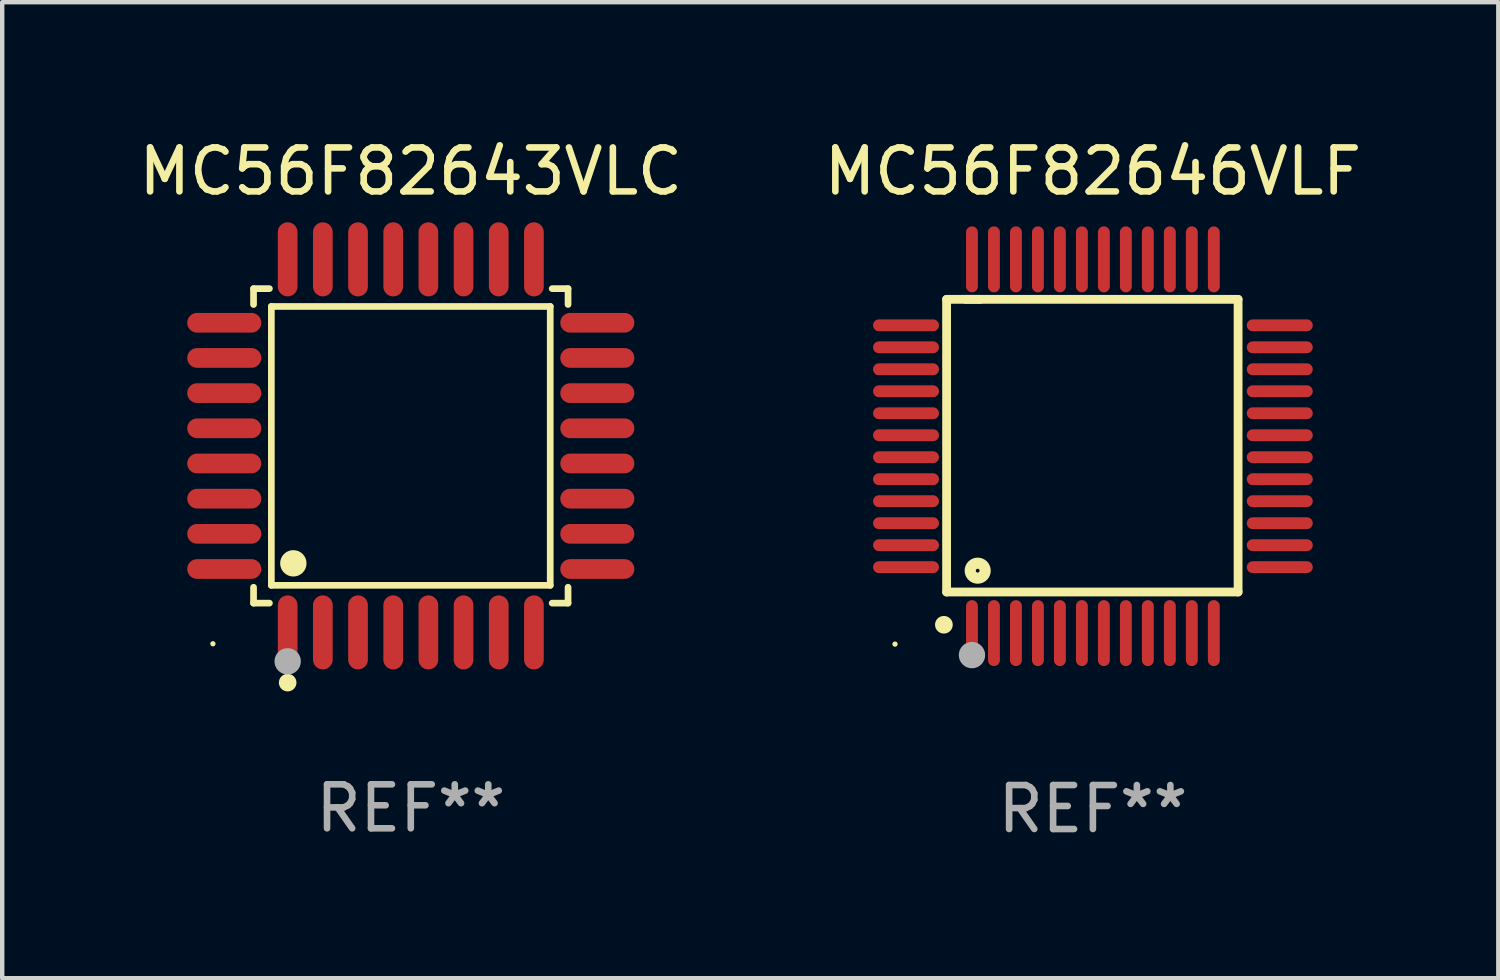
<source format=kicad_pcb>
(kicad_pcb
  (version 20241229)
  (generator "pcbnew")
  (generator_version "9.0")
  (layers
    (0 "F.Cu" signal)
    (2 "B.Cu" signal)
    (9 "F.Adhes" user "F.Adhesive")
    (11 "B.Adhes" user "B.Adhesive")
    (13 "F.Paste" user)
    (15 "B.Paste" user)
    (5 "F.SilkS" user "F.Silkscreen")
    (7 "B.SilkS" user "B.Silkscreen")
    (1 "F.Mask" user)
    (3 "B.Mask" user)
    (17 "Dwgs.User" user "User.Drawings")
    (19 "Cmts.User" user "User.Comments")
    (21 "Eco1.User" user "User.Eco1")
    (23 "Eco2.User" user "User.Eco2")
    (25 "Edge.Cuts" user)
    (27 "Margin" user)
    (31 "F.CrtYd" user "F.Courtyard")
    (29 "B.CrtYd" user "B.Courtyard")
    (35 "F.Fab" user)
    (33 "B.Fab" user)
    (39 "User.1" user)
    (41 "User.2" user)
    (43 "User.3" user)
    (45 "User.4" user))
  (footprint "MC56F82643VLC"
    (layer "F.Cu")
    (at 6.292 7.09)
    (property "Reference" "MC56F82643VLC" (at 0 -6.242 0) (layer "F.SilkS") (effects (font (size 1 1) (thickness 0.15))))
    (attr through_hole)
    (fp_line (start -3.576 -3.576) (end -3.215 -3.576) (stroke (width 0.152) (type solid)) (layer "F.SilkS"))
    (fp_line (start -3.576 -3.215) (end -3.576 -3.576) (stroke (width 0.152) (type solid)) (layer "F.SilkS"))
    (fp_line (start -3.576 3.215) (end -3.576 3.576) (stroke (width 0.152) (type solid)) (layer "F.SilkS"))
    (fp_line (start -3.576 3.576) (end -3.215 3.576) (stroke (width 0.152) (type solid)) (layer "F.SilkS"))
    (fp_line (start -3.171 -3.171) (end 3.171 -3.171) (stroke (width 0.152) (type solid)) (layer "F.SilkS"))
    (fp_line (start -3.171 3.171) (end -3.171 -3.171) (stroke (width 0.152) (type solid)) (layer "F.SilkS"))
    (fp_line (start 3.171 -3.171) (end 3.171 3.171) (stroke (width 0.152) (type solid)) (layer "F.SilkS"))
    (fp_line (start 3.171 3.171) (end -3.171 3.171) (stroke (width 0.152) (type solid)) (layer "F.SilkS"))
    (fp_line (start 3.576 -3.576) (end 3.215 -3.576) (stroke (width 0.152) (type solid)) (layer "F.SilkS"))
    (fp_line (start 3.576 -3.215) (end 3.576 -3.576) (stroke (width 0.152) (type solid)) (layer "F.SilkS"))
    (fp_line (start 3.576 3.215) (end 3.576 3.576) (stroke (width 0.152) (type solid)) (layer "F.SilkS"))
    (fp_line (start 3.576 3.576) (end 3.215 3.576) (stroke (width 0.152) (type solid)) (layer "F.SilkS"))
    (fp_circle (center -4.5 4.5) (end -4.47 4.5) (stroke (width 0.06) (type solid)) (fill no) (layer "F.SilkS"))
    (fp_circle (center -2.8 5.384) (end -2.7 5.384) (stroke (width 0.2) (type solid)) (fill no) (layer "F.SilkS"))
    (fp_circle (center -2.671 2.671) (end -2.521 2.671) (stroke (width 0.3) (type solid)) (fill no) (layer "F.SilkS"))
    (fp_circle (center -2.8 4.9) (end -2.65 4.9) (stroke (width 0.3) (type solid)) (fill no) (layer "F.Fab"))
    (fp_text user "REF**" (at 0 8.242 0) (layer "F.Fab") (effects (font (size 1 1) (thickness 0.15))))
    (pad "1" smd oval (at -2.8 4.242) (size 0.448 1.684) (layers "F.Cu" "F.Mask" "F.Paste"))
    (pad "2" smd oval (at -2 4.242) (size 0.448 1.684) (layers "F.Cu" "F.Mask" "F.Paste"))
    (pad "3" smd oval (at -1.2 4.242) (size 0.448 1.684) (layers "F.Cu" "F.Mask" "F.Paste"))
    (pad "4" smd oval (at -0.4 4.242) (size 0.448 1.684) (layers "F.Cu" "F.Mask" "F.Paste"))
    (pad "5" smd oval (at 0.4 4.242) (size 0.448 1.684) (layers "F.Cu" "F.Mask" "F.Paste"))
    (pad "6" smd oval (at 1.2 4.242) (size 0.448 1.684) (layers "F.Cu" "F.Mask" "F.Paste"))
    (pad "7" smd oval (at 2 4.242) (size 0.448 1.684) (layers "F.Cu" "F.Mask" "F.Paste"))
    (pad "8" smd oval (at 2.8 4.242) (size 0.448 1.684) (layers "F.Cu" "F.Mask" "F.Paste"))
    (pad "9" smd oval (at 4.242 2.8) (size 1.684 0.448) (layers "F.Cu" "F.Mask" "F.Paste"))
    (pad "10" smd oval (at 4.242 2) (size 1.684 0.448) (layers "F.Cu" "F.Mask" "F.Paste"))
    (pad "11" smd oval (at 4.242 1.2) (size 1.684 0.448) (layers "F.Cu" "F.Mask" "F.Paste"))
    (pad "12" smd oval (at 4.242 0.4) (size 1.684 0.448) (layers "F.Cu" "F.Mask" "F.Paste"))
    (pad "13" smd oval (at 4.242 -0.4) (size 1.684 0.448) (layers "F.Cu" "F.Mask" "F.Paste"))
    (pad "14" smd oval (at 4.242 -1.2) (size 1.684 0.448) (layers "F.Cu" "F.Mask" "F.Paste"))
    (pad "15" smd oval (at 4.242 -2) (size 1.684 0.448) (layers "F.Cu" "F.Mask" "F.Paste"))
    (pad "16" smd oval (at 4.242 -2.8) (size 1.684 0.448) (layers "F.Cu" "F.Mask" "F.Paste"))
    (pad "17" smd oval (at 2.8 -4.242) (size 0.448 1.684) (layers "F.Cu" "F.Mask" "F.Paste"))
    (pad "18" smd oval (at 2 -4.242) (size 0.448 1.684) (layers "F.Cu" "F.Mask" "F.Paste"))
    (pad "19" smd oval (at 1.2 -4.242) (size 0.448 1.684) (layers "F.Cu" "F.Mask" "F.Paste"))
    (pad "20" smd oval (at 0.4 -4.242) (size 0.448 1.684) (layers "F.Cu" "F.Mask" "F.Paste"))
    (pad "21" smd oval (at -0.4 -4.242) (size 0.448 1.684) (layers "F.Cu" "F.Mask" "F.Paste"))
    (pad "22" smd oval (at -1.2 -4.242) (size 0.448 1.684) (layers "F.Cu" "F.Mask" "F.Paste"))
    (pad "23" smd oval (at -2 -4.242) (size 0.448 1.684) (layers "F.Cu" "F.Mask" "F.Paste"))
    (pad "24" smd oval (at -2.8 -4.242) (size 0.448 1.684) (layers "F.Cu" "F.Mask" "F.Paste"))
    (pad "25" smd oval (at -4.242 -2.8) (size 1.684 0.448) (layers "F.Cu" "F.Mask" "F.Paste"))
    (pad "26" smd oval (at -4.242 -2) (size 1.684 0.448) (layers "F.Cu" "F.Mask" "F.Paste"))
    (pad "27" smd oval (at -4.242 -1.2) (size 1.684 0.448) (layers "F.Cu" "F.Mask" "F.Paste"))
    (pad "28" smd oval (at -4.242 -0.4) (size 1.684 0.448) (layers "F.Cu" "F.Mask" "F.Paste"))
    (pad "29" smd oval (at -4.242 0.4) (size 1.684 0.448) (layers "F.Cu" "F.Mask" "F.Paste"))
    (pad "30" smd oval (at -4.242 1.2) (size 1.684 0.448) (layers "F.Cu" "F.Mask" "F.Paste"))
    (pad "31" smd oval (at -4.242 2) (size 1.684 0.448) (layers "F.Cu" "F.Mask" "F.Paste"))
    (pad "32" smd oval (at -4.242 2.8) (size 1.684 0.448) (layers "F.Cu" "F.Mask" "F.Paste")))
  (footprint "MC56F82646VLF"
    (layer "F.Cu")
    (at 21.804 7.098)
    (property "Reference" "MC56F82646VLF" (at 0 -6.25 0) (layer "F.SilkS") (effects (font (size 1 1) (thickness 0.15))))
    (attr through_hole)
    (fp_line (start -3.327 -3.34) (end -2.565 -3.34) (stroke (width 0.2) (type solid)) (layer "F.SilkS"))
    (fp_line (start -3.327 3.315) (end -3.327 -3.34) (stroke (width 0.2) (type solid)) (layer "F.SilkS"))
    (fp_line (start -2.896 -3.34) (end 3.302 -3.34) (stroke (width 0.2) (type solid)) (layer "F.SilkS"))
    (fp_line (start 3.302 -3.34) (end 3.302 3.315) (stroke (width 0.2) (type solid)) (layer "F.SilkS"))
    (fp_line (start 3.302 3.315) (end -3.327 3.315) (stroke (width 0.2) (type solid)) (layer "F.SilkS"))
    (fp_arc (start -3.389992 4.059995) (mid -3.388722 4.059991) (end -3.387452 4.059995) (stroke (width 0.4) (type solid)) (layer "F.SilkS"))
    (fp_circle (center -4.5 4.5) (end -4.47 4.5) (stroke (width 0.06) (type solid)) (fill no) (layer "F.SilkS"))
    (fp_circle (center -2.62 2.83) (end -2.45 2.83) (stroke (width 0.254) (type solid)) (fill no) (layer "F.SilkS"))
    (fp_circle (center -2.75 4.75) (end -2.6 4.75) (stroke (width 0.3) (type solid)) (fill no) (layer "F.Fab"))
    (fp_text user "REF**" (at 0 8.25 0) (layer "F.Fab") (effects (font (size 1 1) (thickness 0.15))))
    (pad "1" smd oval (at -2.75 4.25) (size 0.27 1.5) (layers "F.Cu" "F.Mask" "F.Paste"))
    (pad "2" smd oval (at -2.25 4.25) (size 0.27 1.5) (layers "F.Cu" "F.Mask" "F.Paste"))
    (pad "3" smd oval (at -1.75 4.25) (size 0.27 1.5) (layers "F.Cu" "F.Mask" "F.Paste"))
    (pad "4" smd oval (at -1.25 4.25) (size 0.27 1.5) (layers "F.Cu" "F.Mask" "F.Paste"))
    (pad "5" smd oval (at -0.75 4.25) (size 0.27 1.5) (layers "F.Cu" "F.Mask" "F.Paste"))
    (pad "6" smd oval (at -0.25 4.25) (size 0.27 1.5) (layers "F.Cu" "F.Mask" "F.Paste"))
    (pad "7" smd oval (at 0.25 4.25) (size 0.27 1.5) (layers "F.Cu" "F.Mask" "F.Paste"))
    (pad "8" smd oval (at 0.75 4.25) (size 0.27 1.5) (layers "F.Cu" "F.Mask" "F.Paste"))
    (pad "9" smd oval (at 1.25 4.25) (size 0.27 1.5) (layers "F.Cu" "F.Mask" "F.Paste"))
    (pad "10" smd oval (at 1.75 4.25) (size 0.27 1.5) (layers "F.Cu" "F.Mask" "F.Paste"))
    (pad "11" smd oval (at 2.25 4.25) (size 0.27 1.5) (layers "F.Cu" "F.Mask" "F.Paste"))
    (pad "12" smd oval (at 2.75 4.25) (size 0.27 1.5) (layers "F.Cu" "F.Mask" "F.Paste"))
    (pad "13" smd oval (at 4.25 2.75) (size 1.5 0.27) (layers "F.Cu" "F.Mask" "F.Paste"))
    (pad "14" smd oval (at 4.25 2.25) (size 1.5 0.27) (layers "F.Cu" "F.Mask" "F.Paste"))
    (pad "15" smd oval (at 4.25 1.75) (size 1.5 0.27) (layers "F.Cu" "F.Mask" "F.Paste"))
    (pad "16" smd oval (at 4.25 1.25) (size 1.5 0.27) (layers "F.Cu" "F.Mask" "F.Paste"))
    (pad "17" smd oval (at 4.25 0.75) (size 1.5 0.27) (layers "F.Cu" "F.Mask" "F.Paste"))
    (pad "18" smd oval (at 4.25 0.25) (size 1.5 0.27) (layers "F.Cu" "F.Mask" "F.Paste"))
    (pad "19" smd oval (at 4.25 -0.25) (size 1.5 0.27) (layers "F.Cu" "F.Mask" "F.Paste"))
    (pad "20" smd oval (at 4.25 -0.75) (size 1.5 0.27) (layers "F.Cu" "F.Mask" "F.Paste"))
    (pad "21" smd oval (at 4.25 -1.25) (size 1.5 0.27) (layers "F.Cu" "F.Mask" "F.Paste"))
    (pad "22" smd oval (at 4.25 -1.75) (size 1.5 0.27) (layers "F.Cu" "F.Mask" "F.Paste"))
    (pad "23" smd oval (at 4.25 -2.25) (size 1.5 0.27) (layers "F.Cu" "F.Mask" "F.Paste"))
    (pad "24" smd oval (at 4.25 -2.75) (size 1.5 0.27) (layers "F.Cu" "F.Mask" "F.Paste"))
    (pad "25" smd oval (at 2.75 -4.25) (size 0.27 1.5) (layers "F.Cu" "F.Mask" "F.Paste"))
    (pad "26" smd oval (at 2.25 -4.25) (size 0.27 1.5) (layers "F.Cu" "F.Mask" "F.Paste"))
    (pad "27" smd oval (at 1.75 -4.25) (size 0.27 1.5) (layers "F.Cu" "F.Mask" "F.Paste"))
    (pad "28" smd oval (at 1.25 -4.25) (size 0.27 1.5) (layers "F.Cu" "F.Mask" "F.Paste"))
    (pad "29" smd oval (at 0.75 -4.25) (size 0.27 1.5) (layers "F.Cu" "F.Mask" "F.Paste"))
    (pad "30" smd oval (at 0.25 -4.25) (size 0.27 1.5) (layers "F.Cu" "F.Mask" "F.Paste"))
    (pad "31" smd oval (at -0.25 -4.25) (size 0.27 1.5) (layers "F.Cu" "F.Mask" "F.Paste"))
    (pad "32" smd oval (at -0.75 -4.25) (size 0.27 1.5) (layers "F.Cu" "F.Mask" "F.Paste"))
    (pad "33" smd oval (at -1.25 -4.25) (size 0.27 1.5) (layers "F.Cu" "F.Mask" "F.Paste"))
    (pad "34" smd oval (at -1.75 -4.25) (size 0.27 1.5) (layers "F.Cu" "F.Mask" "F.Paste"))
    (pad "35" smd oval (at -2.25 -4.25) (size 0.27 1.5) (layers "F.Cu" "F.Mask" "F.Paste"))
    (pad "36" smd oval (at -2.75 -4.25) (size 0.27 1.5) (layers "F.Cu" "F.Mask" "F.Paste"))
    (pad "37" smd oval (at -4.25 -2.75) (size 1.5 0.27) (layers "F.Cu" "F.Mask" "F.Paste"))
    (pad "38" smd oval (at -4.25 -2.25) (size 1.5 0.27) (layers "F.Cu" "F.Mask" "F.Paste"))
    (pad "39" smd oval (at -4.25 -1.75) (size 1.5 0.27) (layers "F.Cu" "F.Mask" "F.Paste"))
    (pad "40" smd oval (at -4.25 -1.25) (size 1.5 0.27) (layers "F.Cu" "F.Mask" "F.Paste"))
    (pad "41" smd oval (at -4.25 -0.75) (size 1.5 0.27) (layers "F.Cu" "F.Mask" "F.Paste"))
    (pad "42" smd oval (at -4.25 -0.25) (size 1.5 0.27) (layers "F.Cu" "F.Mask" "F.Paste"))
    (pad "43" smd oval (at -4.25 0.25) (size 1.5 0.27) (layers "F.Cu" "F.Mask" "F.Paste"))
    (pad "44" smd oval (at -4.25 0.75) (size 1.5 0.27) (layers "F.Cu" "F.Mask" "F.Paste"))
    (pad "45" smd oval (at -4.25 1.25) (size 1.5 0.27) (layers "F.Cu" "F.Mask" "F.Paste"))
    (pad "46" smd oval (at -4.25 1.75) (size 1.5 0.27) (layers "F.Cu" "F.Mask" "F.Paste"))
    (pad "47" smd oval (at -4.25 2.25) (size 1.5 0.27) (layers "F.Cu" "F.Mask" "F.Paste"))
    (pad "48" smd oval (at -4.25 2.75) (size 1.5 0.27) (layers "F.Cu" "F.Mask" "F.Paste")))
  (gr_rect
    (start -3 -3)
    (end 31.024 19.196)
    (stroke (width 0.1) (type default))
    (fill no)
    (layer "Edge.Cuts")))
</source>
